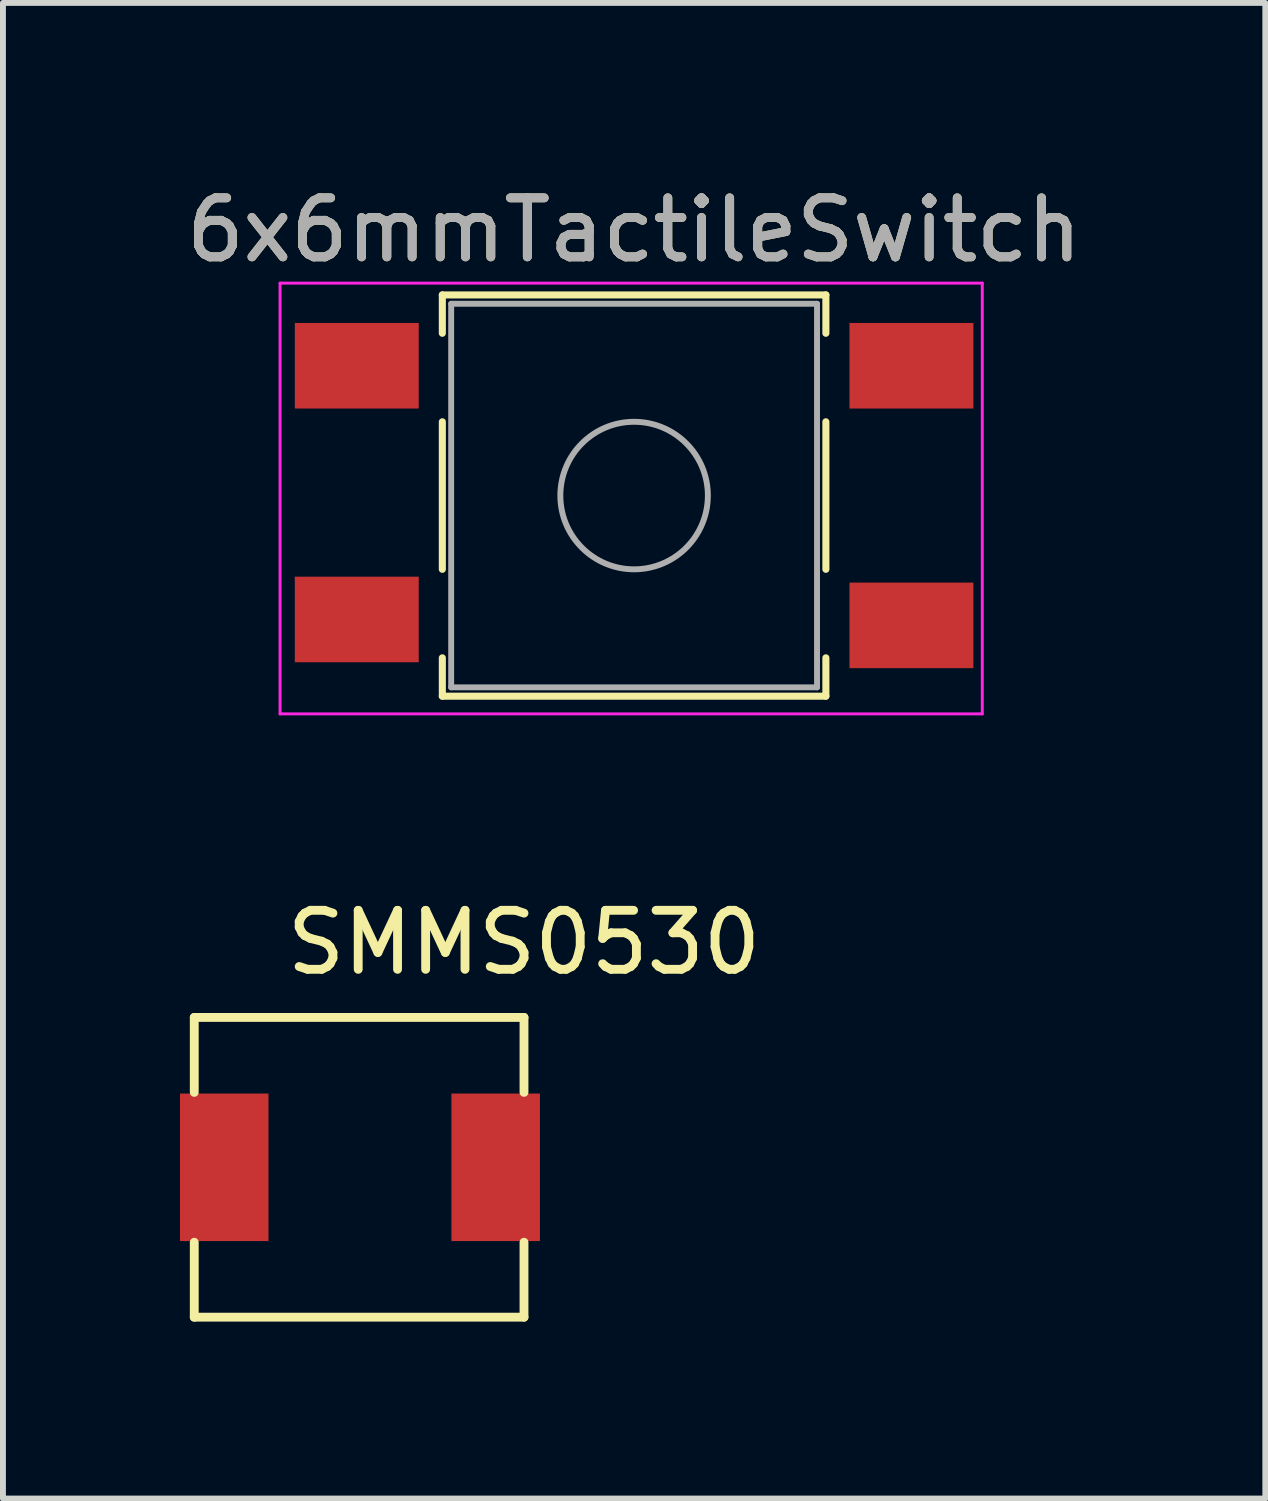
<source format=kicad_pcb>
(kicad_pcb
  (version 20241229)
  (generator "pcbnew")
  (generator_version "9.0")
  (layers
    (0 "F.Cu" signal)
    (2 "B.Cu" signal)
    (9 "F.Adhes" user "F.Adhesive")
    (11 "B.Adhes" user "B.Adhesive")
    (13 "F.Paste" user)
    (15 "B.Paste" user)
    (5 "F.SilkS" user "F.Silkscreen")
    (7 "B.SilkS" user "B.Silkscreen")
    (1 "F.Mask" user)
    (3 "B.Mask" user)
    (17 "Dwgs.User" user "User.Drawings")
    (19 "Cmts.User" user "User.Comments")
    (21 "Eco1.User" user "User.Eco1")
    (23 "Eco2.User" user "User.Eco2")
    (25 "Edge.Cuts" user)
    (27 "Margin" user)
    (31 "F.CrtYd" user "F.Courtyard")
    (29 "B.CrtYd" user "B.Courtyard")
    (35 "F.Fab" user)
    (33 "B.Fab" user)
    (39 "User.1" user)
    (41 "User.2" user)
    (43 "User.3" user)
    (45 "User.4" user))
  (footprint "6x6mmTactileSwitch"
    (layer "F.Cu")
    (at 7.696 5.348)
    (property "Reference" "6x6mmTactileSwitch" (at 0 -4.5 0) (layer "F.SilkS") (effects (font (size 1 1) (thickness 0.15))))
    (attr smd)
    (fp_line (start -3.25 -3.4) (end -3.25 -2.75) (stroke (width 0.12) (type solid)) (layer "F.SilkS"))
    (fp_line (start -3.25 -1.25) (end -3.25 1.25) (stroke (width 0.12) (type solid)) (layer "F.SilkS"))
    (fp_line (start -3.25 3.4) (end -3.25 2.75) (stroke (width 0.12) (type solid)) (layer "F.SilkS"))
    (fp_line (start 3.25 -3.4) (end -3.25 -3.4) (stroke (width 0.12) (type solid)) (layer "F.SilkS"))
    (fp_line (start 3.25 -2.75) (end 3.25 -3.4) (stroke (width 0.12) (type solid)) (layer "F.SilkS"))
    (fp_line (start 3.25 -1.25) (end 3.25 1.25) (stroke (width 0.12) (type solid)) (layer "F.SilkS"))
    (fp_line (start 3.25 2.75) (end 3.25 3.4) (stroke (width 0.12) (type solid)) (layer "F.SilkS"))
    (fp_line (start 3.25 3.4) (end -3.25 3.4) (stroke (width 0.12) (type solid)) (layer "F.SilkS"))
    (fp_line (start -6 -3.6) (end -6 3.7) (stroke (width 0.05) (type solid)) (layer "F.CrtYd"))
    (fp_line (start -6 3.7) (end 5.9 3.7) (stroke (width 0.05) (type solid)) (layer "F.CrtYd"))
    (fp_line (start 5.9 -3.6) (end -6 -3.6) (stroke (width 0.05) (type solid)) (layer "F.CrtYd"))
    (fp_line (start 5.9 3.7) (end 5.9 -3.6) (stroke (width 0.05) (type solid)) (layer "F.CrtYd"))
    (fp_line (start -3.1 -3.25) (end 3.1 -3.25) (stroke (width 0.1) (type solid)) (layer "F.Fab"))
    (fp_line (start -3.1 3.25) (end -3.1 -3.25) (stroke (width 0.1) (type solid)) (layer "F.Fab"))
    (fp_line (start 3.1 -3.25) (end 3.1 3.25) (stroke (width 0.1) (type solid)) (layer "F.Fab"))
    (fp_line (start 3.1 3.25) (end -3.1 3.25) (stroke (width 0.1) (type solid)) (layer "F.Fab"))
    (fp_circle (center 0 0) (end 1.25 0) (stroke (width 0.1) (type solid)) (fill no) (layer "F.Fab"))
    (fp_text user "${REFERENCE}" (at 0 -4.5 0) (layer "F.Fab") (effects (font (size 1 1) (thickness 0.15))))
    (pad "1" smd rect (at -4.7 -2.2) (size 2.1 1.45) (layers "F.Cu" "F.Mask" "F.Paste"))
    (pad "1" smd rect (at 4.7 -2.2) (size 2.1 1.45) (layers "F.Cu" "F.Mask" "F.Paste"))
    (pad "2" smd rect (at -4.7 2.1) (size 2.1 1.45) (layers "F.Cu" "F.Mask" "F.Paste"))
    (pad "2" smd rect (at 4.7 2.2) (size 2.1 1.45) (layers "F.Cu" "F.Mask" "F.Paste")))
  (footprint "SMMS0530"
    (layer "F.Cu")
    (at 0.75 16.732)
    (property "Reference" "SMMS0530" (at 5.08 -3.81 0) (layer "F.SilkS") (effects (font (size 1 1) (thickness 0.15))))
    (attr through_hole)
    (fp_line (start -0.508 -2.54) (end 5.08 -2.54) (stroke (width 0.15) (type solid)) (layer "F.SilkS"))
    (fp_line (start -0.508 -1.27) (end -0.508 -2.54) (stroke (width 0.15) (type solid)) (layer "F.SilkS"))
    (fp_line (start -0.508 1.27) (end -0.508 2.54) (stroke (width 0.15) (type solid)) (layer "F.SilkS"))
    (fp_line (start -0.508 2.54) (end 5.08 2.54) (stroke (width 0.15) (type solid)) (layer "F.SilkS"))
    (fp_line (start 5.08 -2.54) (end 5.08 -1.27) (stroke (width 0.15) (type solid)) (layer "F.SilkS"))
    (fp_line (start 5.08 2.54) (end 5.08 1.27) (stroke (width 0.15) (type solid)) (layer "F.SilkS"))
    (pad "1" smd rect (at 0 0) (size 1.5 2.5) (layers "F.Cu" "F.Mask" "F.Paste"))
    (pad "2" smd rect (at 4.6 0) (size 1.5 2.5) (layers "F.Cu" "F.Mask" "F.Paste")))
  (gr_rect
    (start -3 -3)
    (end 18.393 22.346)
    (stroke (width 0.1) (type default))
    (fill no)
    (layer "Edge.Cuts")))
</source>
